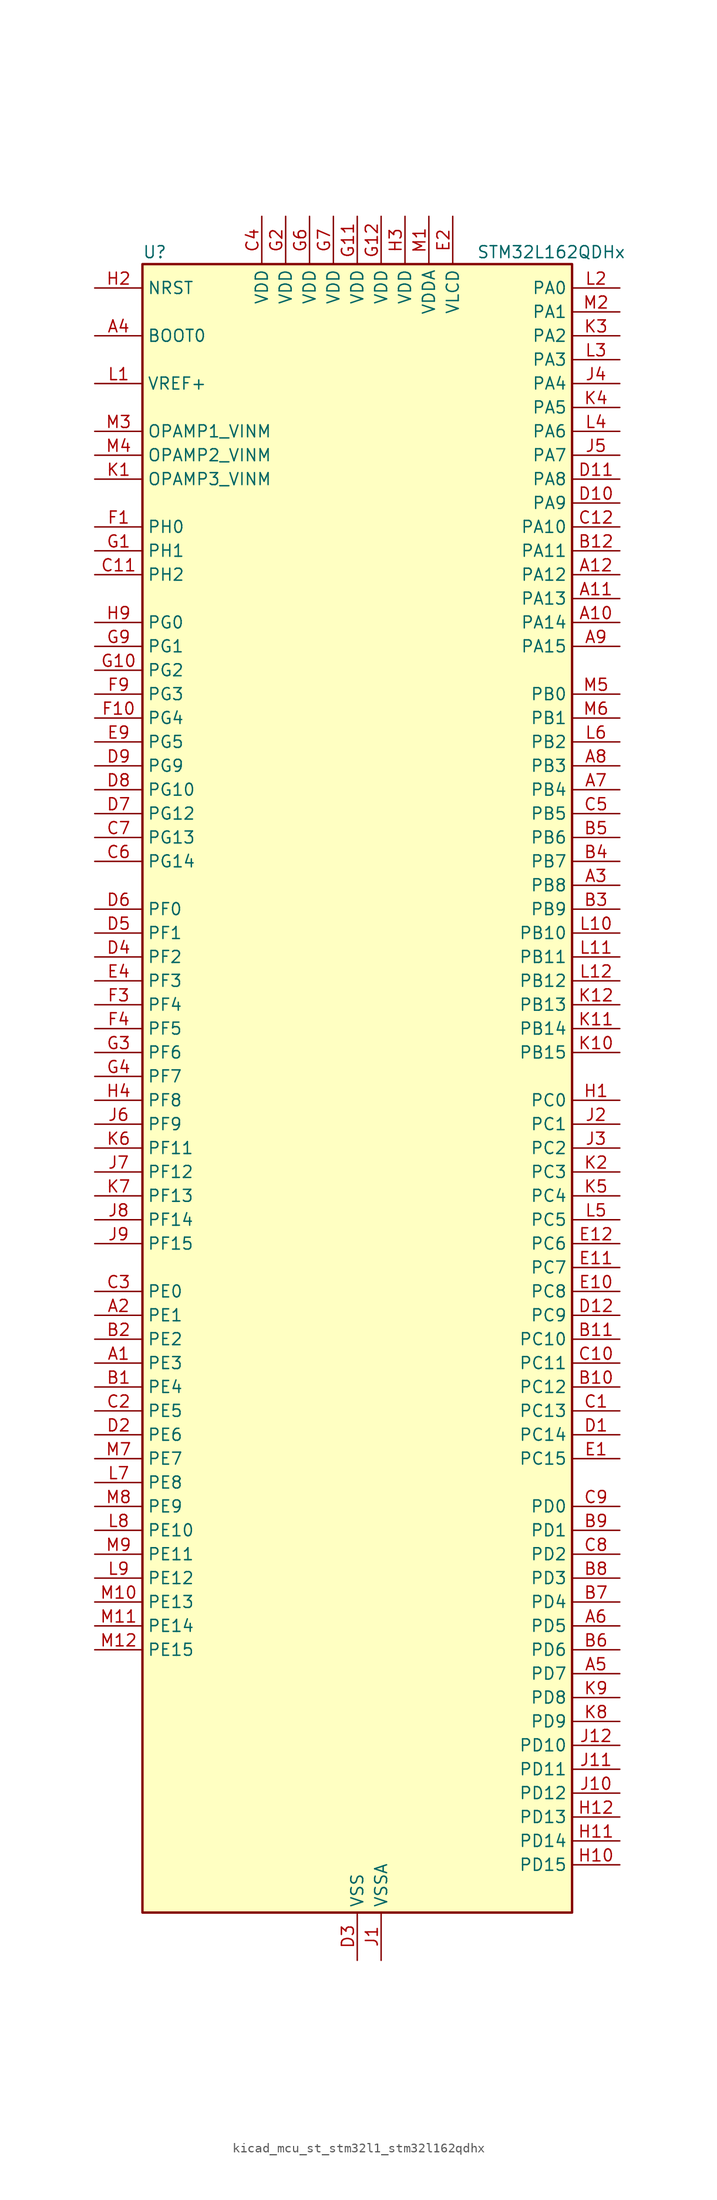
<source format=kicad_sym>
(kicad_symbol_lib
  (version 20220914)
  (generator kicad_symbol_editor)
  (symbol "kicad_mcu_st_stm32l1_stm32l162qdhx"
    (property "Reference" "U"
      (at -22.86 90.17 0)
      (effects (font (size 1.27 1.27)) (justify left)))
    (property "Value" "STM32L162QDHx"
      (at 12.7 90.17 0)
      (effects (font (size 1.27 1.27)) (justify left)))
    (property "ki_locked" ""
      (at 0 0 0)
      (effects (font (size 1.27 1.27))))
    (symbol "kicad_mcu_st_stm32l1_stm32l162qdhx_0_1"
      (rectangle (start -22.86 -86.36) (end 22.86 88.9) (stroke (width 0.254) (type default)) (fill (type background))))
    (symbol "kicad_mcu_st_stm32l1_stm32l162qdhx_1_1"
      (pin bidirectional line (at -27.94 -27.94 0) (length 5.08) (name "PE3" (effects (font (size 1.27 1.27)))) (number "A1" (effects (font (size 1.27 1.27)))) (alternate "FSMC_A19" bidirectional line) (alternate "LCD_SEG39" bidirectional line) (alternate "SYS_TRACED0" bidirectional line) (alternate "TIM3_CH1" bidirectional line) (alternate "TIMX_IC4" bidirectional line))
      (pin bidirectional line (at 27.94 50.8 180) (length 5.08) (name "PA14" (effects (font (size 1.27 1.27)))) (number "A10" (effects (font (size 1.27 1.27)))) (alternate "SYS_JTCK-SWCLK" bidirectional line) (alternate "TIMX_IC3" bidirectional line) (alternate "TS_G5_IO2" bidirectional line))
      (pin bidirectional line (at 27.94 53.34 180) (length 5.08) (name "PA13" (effects (font (size 1.27 1.27)))) (number "A11" (effects (font (size 1.27 1.27)))) (alternate "SYS_JTMS-SWDIO" bidirectional line) (alternate "TIMX_IC2" bidirectional line) (alternate "TS_G5_IO1" bidirectional line))
      (pin bidirectional line (at 27.94 55.88 180) (length 5.08) (name "PA12" (effects (font (size 1.27 1.27)))) (number "A12" (effects (font (size 1.27 1.27)))) (alternate "SPI1_MOSI" bidirectional line) (alternate "TIMX_IC1" bidirectional line) (alternate "USART1_RTS" bidirectional line) (alternate "USB_DP" bidirectional line))
      (pin bidirectional line (at -27.94 -22.86 0) (length 5.08) (name "PE1" (effects (font (size 1.27 1.27)))) (number "A2" (effects (font (size 1.27 1.27)))) (alternate "FSMC_NBL1" bidirectional line) (alternate "LCD_SEG37" bidirectional line) (alternate "TIM11_CH1" bidirectional line) (alternate "TIMX_IC2" bidirectional line))
      (pin bidirectional line (at 27.94 22.86 180) (length 5.08) (name "PB8" (effects (font (size 1.27 1.27)))) (number "A3" (effects (font (size 1.27 1.27)))) (alternate "I2C1_SCL" bidirectional line) (alternate "LCD_SEG16" bidirectional line) (alternate "SDIO_D4" bidirectional line) (alternate "TIM10_CH1" bidirectional line) (alternate "TIM4_CH3" bidirectional line))
      (pin input line (at -27.94 81.28 0) (length 5.08) (name "BOOT0" (effects (font (size 1.27 1.27)))) (number "A4" (effects (font (size 1.27 1.27)))))
      (pin bidirectional line (at 27.94 -60.96 180) (length 5.08) (name "PD7" (effects (font (size 1.27 1.27)))) (number "A5" (effects (font (size 1.27 1.27)))) (alternate "FSMC_NE1" bidirectional line) (alternate "TIM9_CH2" bidirectional line) (alternate "TIMX_IC4" bidirectional line) (alternate "USART2_CK" bidirectional line))
      (pin bidirectional line (at 27.94 -55.88 180) (length 5.08) (name "PD5" (effects (font (size 1.27 1.27)))) (number "A6" (effects (font (size 1.27 1.27)))) (alternate "FSMC_NWE" bidirectional line) (alternate "TIMX_IC2" bidirectional line) (alternate "USART2_TX" bidirectional line))
      (pin bidirectional line (at 27.94 33.02 180) (length 5.08) (name "PB4" (effects (font (size 1.27 1.27)))) (number "A7" (effects (font (size 1.27 1.27)))) (alternate "COMP2_INP" bidirectional line) (alternate "LCD_SEG8" bidirectional line) (alternate "SPI1_MISO" bidirectional line) (alternate "SPI3_MISO" bidirectional line) (alternate "SYS_JTRST" bidirectional line) (alternate "TIM3_CH1" bidirectional line) (alternate "TS_G6_IO1" bidirectional line))
      (pin bidirectional line (at 27.94 35.56 180) (length 5.08) (name "PB3" (effects (font (size 1.27 1.27)))) (number "A8" (effects (font (size 1.27 1.27)))) (alternate "COMP2_INM" bidirectional line) (alternate "I2S3_CK" bidirectional line) (alternate "LCD_SEG7" bidirectional line) (alternate "SPI1_SCK" bidirectional line) (alternate "SPI3_SCK" bidirectional line) (alternate "SYS_JTDO-TRACESWO" bidirectional line) (alternate "TIM2_CH2" bidirectional line))
      (pin bidirectional line (at 27.94 48.26 180) (length 5.08) (name "PA15" (effects (font (size 1.27 1.27)))) (number "A9" (effects (font (size 1.27 1.27)))) (alternate "ADC_EXTI15" bidirectional line) (alternate "I2S3_WS" bidirectional line) (alternate "LCD_SEG17" bidirectional line) (alternate "SPI1_NSS" bidirectional line) (alternate "SPI3_NSS" bidirectional line) (alternate "SYS_JTDI" bidirectional line) (alternate "TIM2_CH1" bidirectional line) (alternate "TIM2_ETR" bidirectional line) (alternate "TIMX_IC4" bidirectional line) (alternate "TS_G5_IO3" bidirectional line))
      (pin bidirectional line (at -27.94 -30.48 0) (length 5.08) (name "PE4" (effects (font (size 1.27 1.27)))) (number "B1" (effects (font (size 1.27 1.27)))) (alternate "FSMC_A20" bidirectional line) (alternate "SYS_TRACED1" bidirectional line) (alternate "TIM3_CH2" bidirectional line) (alternate "TIMX_IC1" bidirectional line))
      (pin bidirectional line (at 27.94 -30.48 180) (length 5.08) (name "PC12" (effects (font (size 1.27 1.27)))) (number "B10" (effects (font (size 1.27 1.27)))) (alternate "I2S3_SD" bidirectional line) (alternate "LCD_COM6" bidirectional line) (alternate "LCD_SEG30" bidirectional line) (alternate "LCD_SEG42" bidirectional line) (alternate "SDIO_CK" bidirectional line) (alternate "SPI3_MOSI" bidirectional line) (alternate "TIMX_IC1" bidirectional line) (alternate "UART5_TX" bidirectional line) (alternate "USART3_CK" bidirectional line))
      (pin bidirectional line (at 27.94 -25.4 180) (length 5.08) (name "PC10" (effects (font (size 1.27 1.27)))) (number "B11" (effects (font (size 1.27 1.27)))) (alternate "I2S3_CK" bidirectional line) (alternate "LCD_COM4" bidirectional line) (alternate "LCD_SEG28" bidirectional line) (alternate "LCD_SEG40" bidirectional line) (alternate "SDIO_D2" bidirectional line) (alternate "SPI3_SCK" bidirectional line) (alternate "TIMX_IC3" bidirectional line) (alternate "UART4_TX" bidirectional line) (alternate "USART3_TX" bidirectional line))
      (pin bidirectional line (at 27.94 58.42 180) (length 5.08) (name "PA11" (effects (font (size 1.27 1.27)))) (number "B12" (effects (font (size 1.27 1.27)))) (alternate "ADC_EXTI11" bidirectional line) (alternate "SPI1_MISO" bidirectional line) (alternate "TIMX_IC4" bidirectional line) (alternate "USART1_CTS" bidirectional line) (alternate "USB_DM" bidirectional line))
      (pin bidirectional line (at -27.94 -25.4 0) (length 5.08) (name "PE2" (effects (font (size 1.27 1.27)))) (number "B2" (effects (font (size 1.27 1.27)))) (alternate "FSMC_A23" bidirectional line) (alternate "LCD_SEG38" bidirectional line) (alternate "SYS_TRACECK" bidirectional line) (alternate "TIM3_ETR" bidirectional line) (alternate "TIMX_IC3" bidirectional line))
      (pin bidirectional line (at 27.94 20.32 180) (length 5.08) (name "PB9" (effects (font (size 1.27 1.27)))) (number "B3" (effects (font (size 1.27 1.27)))) (alternate "DAC_EXTI9" bidirectional line) (alternate "I2C1_SDA" bidirectional line) (alternate "LCD_COM3" bidirectional line) (alternate "SDIO_D5" bidirectional line) (alternate "TIM11_CH1" bidirectional line) (alternate "TIM4_CH4" bidirectional line))
      (pin bidirectional line (at 27.94 25.4 180) (length 5.08) (name "PB7" (effects (font (size 1.27 1.27)))) (number "B4" (effects (font (size 1.27 1.27)))) (alternate "COMP2_INP" bidirectional line) (alternate "FSMC_NL" bidirectional line) (alternate "I2C1_SDA" bidirectional line) (alternate "SYS_PVD_IN" bidirectional line) (alternate "TIM4_CH2" bidirectional line) (alternate "TS_G6_IO4" bidirectional line) (alternate "USART1_RX" bidirectional line))
      (pin bidirectional line (at 27.94 27.94 180) (length 5.08) (name "PB6" (effects (font (size 1.27 1.27)))) (number "B5" (effects (font (size 1.27 1.27)))) (alternate "COMP2_INP" bidirectional line) (alternate "I2C1_SCL" bidirectional line) (alternate "TIM4_CH1" bidirectional line) (alternate "TS_G6_IO3" bidirectional line) (alternate "USART1_TX" bidirectional line))
      (pin bidirectional line (at 27.94 -58.42 180) (length 5.08) (name "PD6" (effects (font (size 1.27 1.27)))) (number "B6" (effects (font (size 1.27 1.27)))) (alternate "FSMC_NWAIT" bidirectional line) (alternate "TIMX_IC3" bidirectional line) (alternate "USART2_RX" bidirectional line))
      (pin bidirectional line (at 27.94 -53.34 180) (length 5.08) (name "PD4" (effects (font (size 1.27 1.27)))) (number "B7" (effects (font (size 1.27 1.27)))) (alternate "FSMC_NOE" bidirectional line) (alternate "I2S2_SD" bidirectional line) (alternate "SPI2_MOSI" bidirectional line) (alternate "TIMX_IC1" bidirectional line) (alternate "USART2_RTS" bidirectional line))
      (pin bidirectional line (at 27.94 -50.8 180) (length 5.08) (name "PD3" (effects (font (size 1.27 1.27)))) (number "B8" (effects (font (size 1.27 1.27)))) (alternate "FSMC_CLK" bidirectional line) (alternate "SPI2_MISO" bidirectional line) (alternate "TIMX_IC4" bidirectional line) (alternate "USART2_CTS" bidirectional line))
      (pin bidirectional line (at 27.94 -45.72 180) (length 5.08) (name "PD1" (effects (font (size 1.27 1.27)))) (number "B9" (effects (font (size 1.27 1.27)))) (alternate "FSMC_D3" bidirectional line) (alternate "FSMC_DA3" bidirectional line) (alternate "I2S2_CK" bidirectional line) (alternate "SPI2_SCK" bidirectional line) (alternate "TIMX_IC2" bidirectional line))
      (pin bidirectional line (at 27.94 -33.02 180) (length 5.08) (name "PC13" (effects (font (size 1.27 1.27)))) (number "C1" (effects (font (size 1.27 1.27)))) (alternate "RTC_OUT_ALARM" bidirectional line) (alternate "RTC_OUT_CALIB" bidirectional line) (alternate "RTC_TAMP1" bidirectional line) (alternate "RTC_TS" bidirectional line) (alternate "SYS_WKUP2" bidirectional line) (alternate "TIMX_IC2" bidirectional line))
      (pin bidirectional line (at 27.94 -27.94 180) (length 5.08) (name "PC11" (effects (font (size 1.27 1.27)))) (number "C10" (effects (font (size 1.27 1.27)))) (alternate "ADC_EXTI11" bidirectional line) (alternate "LCD_COM5" bidirectional line) (alternate "LCD_SEG29" bidirectional line) (alternate "LCD_SEG41" bidirectional line) (alternate "SDIO_D3" bidirectional line) (alternate "SPI3_MISO" bidirectional line) (alternate "TIMX_IC4" bidirectional line) (alternate "UART4_RX" bidirectional line) (alternate "USART3_RX" bidirectional line))
      (pin bidirectional line (at -27.94 55.88 0) (length 5.08) (name "PH2" (effects (font (size 1.27 1.27)))) (number "C11" (effects (font (size 1.27 1.27)))) (alternate "FSMC_A22" bidirectional line))
      (pin bidirectional line (at 27.94 60.96 180) (length 5.08) (name "PA10" (effects (font (size 1.27 1.27)))) (number "C12" (effects (font (size 1.27 1.27)))) (alternate "LCD_COM2" bidirectional line) (alternate "TIMX_IC3" bidirectional line) (alternate "TS_G4_IO3" bidirectional line) (alternate "USART1_RX" bidirectional line))
      (pin bidirectional line (at -27.94 -33.02 0) (length 5.08) (name "PE5" (effects (font (size 1.27 1.27)))) (number "C2" (effects (font (size 1.27 1.27)))) (alternate "FSMC_A21" bidirectional line) (alternate "SYS_TRACED2" bidirectional line) (alternate "TIM9_CH1" bidirectional line) (alternate "TIMX_IC2" bidirectional line))
      (pin bidirectional line (at -27.94 -20.32 0) (length 5.08) (name "PE0" (effects (font (size 1.27 1.27)))) (number "C3" (effects (font (size 1.27 1.27)))) (alternate "FSMC_NBL0" bidirectional line) (alternate "LCD_SEG36" bidirectional line) (alternate "TIM10_CH1" bidirectional line) (alternate "TIM4_ETR" bidirectional line) (alternate "TIMX_IC1" bidirectional line))
      (pin power_in line (at -10.16 93.98 270) (length 5.08) (name "VDD" (effects (font (size 1.27 1.27)))) (number "C4" (effects (font (size 1.27 1.27)))))
      (pin bidirectional line (at 27.94 30.48 180) (length 5.08) (name "PB5" (effects (font (size 1.27 1.27)))) (number "C5" (effects (font (size 1.27 1.27)))) (alternate "COMP2_INP" bidirectional line) (alternate "I2C1_SMBA" bidirectional line) (alternate "I2S3_SD" bidirectional line) (alternate "LCD_SEG9" bidirectional line) (alternate "SPI1_MOSI" bidirectional line) (alternate "SPI3_MOSI" bidirectional line) (alternate "TIM3_CH2" bidirectional line) (alternate "TS_G6_IO2" bidirectional line))
      (pin bidirectional line (at -27.94 25.4 0) (length 5.08) (name "PG14" (effects (font (size 1.27 1.27)))) (number "C6" (effects (font (size 1.27 1.27)))) (alternate "FSMC_A25" bidirectional line))
      (pin bidirectional line (at -27.94 27.94 0) (length 5.08) (name "PG13" (effects (font (size 1.27 1.27)))) (number "C7" (effects (font (size 1.27 1.27)))) (alternate "FSMC_A24" bidirectional line))
      (pin bidirectional line (at 27.94 -48.26 180) (length 5.08) (name "PD2" (effects (font (size 1.27 1.27)))) (number "C8" (effects (font (size 1.27 1.27)))) (alternate "LCD_COM7" bidirectional line) (alternate "LCD_SEG31" bidirectional line) (alternate "LCD_SEG43" bidirectional line) (alternate "SDIO_CMD" bidirectional line) (alternate "TIM3_ETR" bidirectional line) (alternate "TIMX_IC3" bidirectional line) (alternate "UART5_RX" bidirectional line))
      (pin bidirectional line (at 27.94 -43.18 180) (length 5.08) (name "PD0" (effects (font (size 1.27 1.27)))) (number "C9" (effects (font (size 1.27 1.27)))) (alternate "FSMC_D2" bidirectional line) (alternate "FSMC_DA2" bidirectional line) (alternate "I2S2_WS" bidirectional line) (alternate "SPI2_NSS" bidirectional line) (alternate "TIM9_CH1" bidirectional line) (alternate "TIMX_IC1" bidirectional line))
      (pin bidirectional line (at 27.94 -35.56 180) (length 5.08) (name "PC14" (effects (font (size 1.27 1.27)))) (number "D1" (effects (font (size 1.27 1.27)))) (alternate "RCC_OSC32_IN" bidirectional line) (alternate "TIMX_IC3" bidirectional line))
      (pin bidirectional line (at 27.94 63.5 180) (length 5.08) (name "PA9" (effects (font (size 1.27 1.27)))) (number "D10" (effects (font (size 1.27 1.27)))) (alternate "DAC_EXTI9" bidirectional line) (alternate "LCD_COM1" bidirectional line) (alternate "TIMX_IC2" bidirectional line) (alternate "TS_G4_IO2" bidirectional line) (alternate "USART1_TX" bidirectional line))
      (pin bidirectional line (at 27.94 66.04 180) (length 5.08) (name "PA8" (effects (font (size 1.27 1.27)))) (number "D11" (effects (font (size 1.27 1.27)))) (alternate "LCD_COM0" bidirectional line) (alternate "RCC_MCO" bidirectional line) (alternate "TIMX_IC1" bidirectional line) (alternate "TS_G4_IO1" bidirectional line) (alternate "USART1_CK" bidirectional line))
      (pin bidirectional line (at 27.94 -22.86 180) (length 5.08) (name "PC9" (effects (font (size 1.27 1.27)))) (number "D12" (effects (font (size 1.27 1.27)))) (alternate "DAC_EXTI9" bidirectional line) (alternate "LCD_SEG27" bidirectional line) (alternate "SDIO_D1" bidirectional line) (alternate "TIM3_CH4" bidirectional line) (alternate "TIMX_IC2" bidirectional line) (alternate "TS_G10_IO4" bidirectional line))
      (pin bidirectional line (at -27.94 -35.56 0) (length 5.08) (name "PE6" (effects (font (size 1.27 1.27)))) (number "D2" (effects (font (size 1.27 1.27)))) (alternate "RTC_TAMP3" bidirectional line) (alternate "SYS_TRACED3" bidirectional line) (alternate "SYS_WKUP3" bidirectional line) (alternate "TIM9_CH2" bidirectional line) (alternate "TIMX_IC3" bidirectional line))
      (pin power_in line (at 0 -91.44 90) (length 5.08) (name "VSS" (effects (font (size 1.27 1.27)))) (number "D3" (effects (font (size 1.27 1.27)))))
      (pin bidirectional line (at -27.94 15.24 0) (length 5.08) (name "PF2" (effects (font (size 1.27 1.27)))) (number "D4" (effects (font (size 1.27 1.27)))) (alternate "FSMC_A2" bidirectional line))
      (pin bidirectional line (at -27.94 17.78 0) (length 5.08) (name "PF1" (effects (font (size 1.27 1.27)))) (number "D5" (effects (font (size 1.27 1.27)))) (alternate "FSMC_A1" bidirectional line))
      (pin bidirectional line (at -27.94 20.32 0) (length 5.08) (name "PF0" (effects (font (size 1.27 1.27)))) (number "D6" (effects (font (size 1.27 1.27)))) (alternate "FSMC_A0" bidirectional line))
      (pin bidirectional line (at -27.94 30.48 0) (length 5.08) (name "PG12" (effects (font (size 1.27 1.27)))) (number "D7" (effects (font (size 1.27 1.27)))) (alternate "FSMC_NE4" bidirectional line))
      (pin bidirectional line (at -27.94 33.02 0) (length 5.08) (name "PG10" (effects (font (size 1.27 1.27)))) (number "D8" (effects (font (size 1.27 1.27)))) (alternate "FSMC_NE3" bidirectional line))
      (pin bidirectional line (at -27.94 35.56 0) (length 5.08) (name "PG9" (effects (font (size 1.27 1.27)))) (number "D9" (effects (font (size 1.27 1.27)))) (alternate "DAC_EXTI9" bidirectional line) (alternate "FSMC_NE2" bidirectional line))
      (pin bidirectional line (at 27.94 -38.1 180) (length 5.08) (name "PC15" (effects (font (size 1.27 1.27)))) (number "E1" (effects (font (size 1.27 1.27)))) (alternate "ADC_EXTI15" bidirectional line) (alternate "RCC_OSC32_OUT" bidirectional line) (alternate "TIMX_IC4" bidirectional line))
      (pin bidirectional line (at 27.94 -20.32 180) (length 5.08) (name "PC8" (effects (font (size 1.27 1.27)))) (number "E10" (effects (font (size 1.27 1.27)))) (alternate "LCD_SEG26" bidirectional line) (alternate "SDIO_D0" bidirectional line) (alternate "TIM3_CH3" bidirectional line) (alternate "TIMX_IC1" bidirectional line) (alternate "TS_G10_IO3" bidirectional line))
      (pin bidirectional line (at 27.94 -17.78 180) (length 5.08) (name "PC7" (effects (font (size 1.27 1.27)))) (number "E11" (effects (font (size 1.27 1.27)))) (alternate "I2S3_MCK" bidirectional line) (alternate "LCD_SEG25" bidirectional line) (alternate "SDIO_D7" bidirectional line) (alternate "TIM3_CH2" bidirectional line) (alternate "TIMX_IC4" bidirectional line) (alternate "TS_G10_IO2" bidirectional line))
      (pin bidirectional line (at 27.94 -15.24 180) (length 5.08) (name "PC6" (effects (font (size 1.27 1.27)))) (number "E12" (effects (font (size 1.27 1.27)))) (alternate "I2S2_MCK" bidirectional line) (alternate "LCD_SEG24" bidirectional line) (alternate "SDIO_D6" bidirectional line) (alternate "TIM3_CH1" bidirectional line) (alternate "TIMX_IC3" bidirectional line) (alternate "TS_G10_IO1" bidirectional line))
      (pin power_in line (at 10.16 93.98 270) (length 5.08) (name "VLCD" (effects (font (size 1.27 1.27)))) (number "E2" (effects (font (size 1.27 1.27)))))
      (pin passive line (at 0 -91.44 90) (length 5.08) hide (name "VSS" (effects (font (size 1.27 1.27)))) (number "E3" (effects (font (size 1.27 1.27)))))
      (pin bidirectional line (at -27.94 12.7 0) (length 5.08) (name "PF3" (effects (font (size 1.27 1.27)))) (number "E4" (effects (font (size 1.27 1.27)))) (alternate "FSMC_A3" bidirectional line))
      (pin bidirectional line (at -27.94 38.1 0) (length 5.08) (name "PG5" (effects (font (size 1.27 1.27)))) (number "E9" (effects (font (size 1.27 1.27)))) (alternate "FSMC_A15" bidirectional line))
      (pin bidirectional line (at -27.94 60.96 0) (length 5.08) (name "PH0" (effects (font (size 1.27 1.27)))) (number "F1" (effects (font (size 1.27 1.27)))) (alternate "RCC_OSC_IN" bidirectional line))
      (pin bidirectional line (at -27.94 40.64 0) (length 5.08) (name "PG4" (effects (font (size 1.27 1.27)))) (number "F10" (effects (font (size 1.27 1.27)))) (alternate "ADC_IN12b" bidirectional line) (alternate "FSMC_A14" bidirectional line) (alternate "TS_G7_IO7" bidirectional line))
      (pin passive line (at 0 -91.44 90) (length 5.08) hide (name "VSS" (effects (font (size 1.27 1.27)))) (number "F11" (effects (font (size 1.27 1.27)))))
      (pin passive line (at 0 -91.44 90) (length 5.08) hide (name "VSS" (effects (font (size 1.27 1.27)))) (number "F12" (effects (font (size 1.27 1.27)))))
      (pin passive line (at 0 -91.44 90) (length 5.08) hide (name "VSS" (effects (font (size 1.27 1.27)))) (number "F2" (effects (font (size 1.27 1.27)))))
      (pin bidirectional line (at -27.94 10.16 0) (length 5.08) (name "PF4" (effects (font (size 1.27 1.27)))) (number "F3" (effects (font (size 1.27 1.27)))) (alternate "FSMC_A4" bidirectional line))
      (pin bidirectional line (at -27.94 7.62 0) (length 5.08) (name "PF5" (effects (font (size 1.27 1.27)))) (number "F4" (effects (font (size 1.27 1.27)))) (alternate "FSMC_A5" bidirectional line))
      (pin passive line (at 0 -91.44 90) (length 5.08) hide (name "VSS" (effects (font (size 1.27 1.27)))) (number "F6" (effects (font (size 1.27 1.27)))))
      (pin passive line (at 0 -91.44 90) (length 5.08) hide (name "VSS" (effects (font (size 1.27 1.27)))) (number "F7" (effects (font (size 1.27 1.27)))))
      (pin bidirectional line (at -27.94 43.18 0) (length 5.08) (name "PG3" (effects (font (size 1.27 1.27)))) (number "F9" (effects (font (size 1.27 1.27)))) (alternate "ADC_IN11b" bidirectional line) (alternate "FSMC_A13" bidirectional line) (alternate "TS_G7_IO6" bidirectional line))
      (pin bidirectional line (at -27.94 58.42 0) (length 5.08) (name "PH1" (effects (font (size 1.27 1.27)))) (number "G1" (effects (font (size 1.27 1.27)))) (alternate "RCC_OSC_OUT" bidirectional line))
      (pin bidirectional line (at -27.94 45.72 0) (length 5.08) (name "PG2" (effects (font (size 1.27 1.27)))) (number "G10" (effects (font (size 1.27 1.27)))) (alternate "ADC_IN10b" bidirectional line) (alternate "FSMC_A12" bidirectional line) (alternate "TS_G7_IO5" bidirectional line))
      (pin power_in line (at 0 93.98 270) (length 5.08) (name "VDD" (effects (font (size 1.27 1.27)))) (number "G11" (effects (font (size 1.27 1.27)))))
      (pin power_in line (at 2.54 93.98 270) (length 5.08) (name "VDD" (effects (font (size 1.27 1.27)))) (number "G12" (effects (font (size 1.27 1.27)))))
      (pin power_in line (at -7.62 93.98 270) (length 5.08) (name "VDD" (effects (font (size 1.27 1.27)))) (number "G2" (effects (font (size 1.27 1.27)))))
      (pin bidirectional line (at -27.94 5.08 0) (length 5.08) (name "PF6" (effects (font (size 1.27 1.27)))) (number "G3" (effects (font (size 1.27 1.27)))) (alternate "ADC_IN27" bidirectional line) (alternate "TIM5_CH1" bidirectional line) (alternate "TIM5_ETR" bidirectional line) (alternate "TS_G11_IO1" bidirectional line))
      (pin bidirectional line (at -27.94 2.54 0) (length 5.08) (name "PF7" (effects (font (size 1.27 1.27)))) (number "G4" (effects (font (size 1.27 1.27)))) (alternate "ADC_IN28" bidirectional line) (alternate "COMP1_INP" bidirectional line) (alternate "TIM5_CH2" bidirectional line) (alternate "TS_G11_IO2" bidirectional line))
      (pin power_in line (at -5.08 93.98 270) (length 5.08) (name "VDD" (effects (font (size 1.27 1.27)))) (number "G6" (effects (font (size 1.27 1.27)))))
      (pin power_in line (at -2.54 93.98 270) (length 5.08) (name "VDD" (effects (font (size 1.27 1.27)))) (number "G7" (effects (font (size 1.27 1.27)))))
      (pin bidirectional line (at -27.94 48.26 0) (length 5.08) (name "PG1" (effects (font (size 1.27 1.27)))) (number "G9" (effects (font (size 1.27 1.27)))) (alternate "ADC_IN9b" bidirectional line) (alternate "FSMC_A11" bidirectional line) (alternate "TS_G2_IO5" bidirectional line))
      (pin bidirectional line (at 27.94 0 180) (length 5.08) (name "PC0" (effects (font (size 1.27 1.27)))) (number "H1" (effects (font (size 1.27 1.27)))) (alternate "ADC_IN10" bidirectional line) (alternate "COMP1_INP" bidirectional line) (alternate "LCD_SEG18" bidirectional line) (alternate "TIMX_IC1" bidirectional line) (alternate "TS_G8_IO1" bidirectional line))
      (pin bidirectional line (at 27.94 -81.28 180) (length 5.08) (name "PD15" (effects (font (size 1.27 1.27)))) (number "H10" (effects (font (size 1.27 1.27)))) (alternate "ADC_EXTI15" bidirectional line) (alternate "FSMC_D1" bidirectional line) (alternate "FSMC_DA1" bidirectional line) (alternate "LCD_SEG35" bidirectional line) (alternate "TIM4_CH4" bidirectional line) (alternate "TIMX_IC4" bidirectional line))
      (pin bidirectional line (at 27.94 -78.74 180) (length 5.08) (name "PD14" (effects (font (size 1.27 1.27)))) (number "H11" (effects (font (size 1.27 1.27)))) (alternate "FSMC_D0" bidirectional line) (alternate "FSMC_DA0" bidirectional line) (alternate "LCD_SEG34" bidirectional line) (alternate "TIM4_CH3" bidirectional line) (alternate "TIMX_IC3" bidirectional line))
      (pin bidirectional line (at 27.94 -76.2 180) (length 5.08) (name "PD13" (effects (font (size 1.27 1.27)))) (number "H12" (effects (font (size 1.27 1.27)))) (alternate "FSMC_A18" bidirectional line) (alternate "LCD_SEG33" bidirectional line) (alternate "TIM4_CH2" bidirectional line) (alternate "TIMX_IC2" bidirectional line))
      (pin input line (at -27.94 86.36 0) (length 5.08) (name "NRST" (effects (font (size 1.27 1.27)))) (number "H2" (effects (font (size 1.27 1.27)))))
      (pin power_in line (at 5.08 93.98 270) (length 5.08) (name "VDD" (effects (font (size 1.27 1.27)))) (number "H3" (effects (font (size 1.27 1.27)))))
      (pin bidirectional line (at -27.94 0 0) (length 5.08) (name "PF8" (effects (font (size 1.27 1.27)))) (number "H4" (effects (font (size 1.27 1.27)))) (alternate "ADC_IN29" bidirectional line) (alternate "COMP1_INP" bidirectional line) (alternate "TIM5_CH3" bidirectional line) (alternate "TS_G11_IO3" bidirectional line))
      (pin bidirectional line (at -27.94 50.8 0) (length 5.08) (name "PG0" (effects (font (size 1.27 1.27)))) (number "H9" (effects (font (size 1.27 1.27)))) (alternate "ADC_IN8b" bidirectional line) (alternate "FSMC_A10" bidirectional line) (alternate "TS_G2_IO4" bidirectional line))
      (pin power_in line (at 2.54 -91.44 90) (length 5.08) (name "VSSA" (effects (font (size 1.27 1.27)))) (number "J1" (effects (font (size 1.27 1.27)))))
      (pin bidirectional line (at 27.94 -73.66 180) (length 5.08) (name "PD12" (effects (font (size 1.27 1.27)))) (number "J10" (effects (font (size 1.27 1.27)))) (alternate "FSMC_A17" bidirectional line) (alternate "LCD_SEG32" bidirectional line) (alternate "TIM4_CH1" bidirectional line) (alternate "TIMX_IC1" bidirectional line) (alternate "USART3_RTS" bidirectional line))
      (pin bidirectional line (at 27.94 -71.12 180) (length 5.08) (name "PD11" (effects (font (size 1.27 1.27)))) (number "J11" (effects (font (size 1.27 1.27)))) (alternate "ADC_EXTI11" bidirectional line) (alternate "FSMC_A16" bidirectional line) (alternate "LCD_SEG31" bidirectional line) (alternate "TIMX_IC4" bidirectional line) (alternate "USART3_CTS" bidirectional line))
      (pin bidirectional line (at 27.94 -68.58 180) (length 5.08) (name "PD10" (effects (font (size 1.27 1.27)))) (number "J12" (effects (font (size 1.27 1.27)))) (alternate "FSMC_D15" bidirectional line) (alternate "FSMC_DA15" bidirectional line) (alternate "LCD_SEG30" bidirectional line) (alternate "TIMX_IC3" bidirectional line) (alternate "USART3_CK" bidirectional line))
      (pin bidirectional line (at 27.94 -2.54 180) (length 5.08) (name "PC1" (effects (font (size 1.27 1.27)))) (number "J2" (effects (font (size 1.27 1.27)))) (alternate "ADC_IN11" bidirectional line) (alternate "COMP1_INP" bidirectional line) (alternate "LCD_SEG19" bidirectional line) (alternate "OPAMP3_VINP" bidirectional line) (alternate "TIMX_IC2" bidirectional line) (alternate "TS_G8_IO2" bidirectional line))
      (pin bidirectional line (at 27.94 -5.08 180) (length 5.08) (name "PC2" (effects (font (size 1.27 1.27)))) (number "J3" (effects (font (size 1.27 1.27)))) (alternate "ADC_IN12" bidirectional line) (alternate "COMP1_INP" bidirectional line) (alternate "LCD_SEG20" bidirectional line) (alternate "TIMX_IC3" bidirectional line) (alternate "TS_G8_IO3" bidirectional line))
      (pin bidirectional line (at 27.94 76.2 180) (length 5.08) (name "PA4" (effects (font (size 1.27 1.27)))) (number "J4" (effects (font (size 1.27 1.27)))) (alternate "ADC_IN4" bidirectional line) (alternate "COMP1_INP" bidirectional line) (alternate "DAC_OUT1" bidirectional line) (alternate "I2S3_WS" bidirectional line) (alternate "SPI1_NSS" bidirectional line) (alternate "SPI3_NSS" bidirectional line) (alternate "TIMX_IC1" bidirectional line) (alternate "USART2_CK" bidirectional line))
      (pin bidirectional line (at 27.94 68.58 180) (length 5.08) (name "PA7" (effects (font (size 1.27 1.27)))) (number "J5" (effects (font (size 1.27 1.27)))) (alternate "ADC_IN7" bidirectional line) (alternate "COMP1_INP" bidirectional line) (alternate "LCD_SEG4" bidirectional line) (alternate "SPI1_MOSI" bidirectional line) (alternate "TIM11_CH1" bidirectional line) (alternate "TIM3_CH2" bidirectional line) (alternate "TIMX_IC4" bidirectional line) (alternate "TS_G2_IO2" bidirectional line))
      (pin bidirectional line (at -27.94 -2.54 0) (length 5.08) (name "PF9" (effects (font (size 1.27 1.27)))) (number "J6" (effects (font (size 1.27 1.27)))) (alternate "ADC_IN30" bidirectional line) (alternate "COMP1_INP" bidirectional line) (alternate "DAC_EXTI9" bidirectional line) (alternate "TIM5_CH4" bidirectional line) (alternate "TS_G11_IO4" bidirectional line))
      (pin bidirectional line (at -27.94 -7.62 0) (length 5.08) (name "PF12" (effects (font (size 1.27 1.27)))) (number "J7" (effects (font (size 1.27 1.27)))) (alternate "ADC_IN2b" bidirectional line) (alternate "FSMC_A6" bidirectional line) (alternate "TS_G3_IO5" bidirectional line))
      (pin bidirectional line (at -27.94 -12.7 0) (length 5.08) (name "PF14" (effects (font (size 1.27 1.27)))) (number "J8" (effects (font (size 1.27 1.27)))) (alternate "ADC_IN6b" bidirectional line) (alternate "FSMC_A8" bidirectional line) (alternate "TS_G9_IO4" bidirectional line))
      (pin bidirectional line (at -27.94 -15.24 0) (length 5.08) (name "PF15" (effects (font (size 1.27 1.27)))) (number "J9" (effects (font (size 1.27 1.27)))) (alternate "ADC_EXTI15" bidirectional line) (alternate "ADC_IN7b" bidirectional line) (alternate "FSMC_A9" bidirectional line) (alternate "TS_G2_IO3" bidirectional line))
      (pin input line (at -27.94 66.04 0) (length 5.08) (name "OPAMP3_VINM" (effects (font (size 1.27 1.27)))) (number "K1" (effects (font (size 1.27 1.27)))) (alternate "OPAMP3_VINM" bidirectional line))
      (pin bidirectional line (at 27.94 5.08 180) (length 5.08) (name "PB15" (effects (font (size 1.27 1.27)))) (number "K10" (effects (font (size 1.27 1.27)))) (alternate "ADC_EXTI15" bidirectional line) (alternate "ADC_IN21" bidirectional line) (alternate "COMP1_INP" bidirectional line) (alternate "I2S2_SD" bidirectional line) (alternate "LCD_SEG15" bidirectional line) (alternate "RTC_REFIN" bidirectional line) (alternate "SPI2_MOSI" bidirectional line) (alternate "TIM11_CH1" bidirectional line) (alternate "TS_G7_IO4" bidirectional line))
      (pin bidirectional line (at 27.94 7.62 180) (length 5.08) (name "PB14" (effects (font (size 1.27 1.27)))) (number "K11" (effects (font (size 1.27 1.27)))) (alternate "ADC_IN20" bidirectional line) (alternate "COMP1_INP" bidirectional line) (alternate "LCD_SEG14" bidirectional line) (alternate "SPI2_MISO" bidirectional line) (alternate "TIM9_CH2" bidirectional line) (alternate "TS_G7_IO3" bidirectional line) (alternate "USART3_RTS" bidirectional line))
      (pin bidirectional line (at 27.94 10.16 180) (length 5.08) (name "PB13" (effects (font (size 1.27 1.27)))) (number "K12" (effects (font (size 1.27 1.27)))) (alternate "ADC_IN19" bidirectional line) (alternate "COMP1_INP" bidirectional line) (alternate "I2S2_CK" bidirectional line) (alternate "LCD_SEG13" bidirectional line) (alternate "SPI2_SCK" bidirectional line) (alternate "TIM9_CH1" bidirectional line) (alternate "TS_G7_IO2" bidirectional line) (alternate "USART3_CTS" bidirectional line))
      (pin bidirectional line (at 27.94 -7.62 180) (length 5.08) (name "PC3" (effects (font (size 1.27 1.27)))) (number "K2" (effects (font (size 1.27 1.27)))) (alternate "ADC_IN13" bidirectional line) (alternate "COMP1_INP" bidirectional line) (alternate "LCD_SEG21" bidirectional line) (alternate "OPAMP3_VOUT" bidirectional line) (alternate "TIMX_IC4" bidirectional line) (alternate "TS_G8_IO4" bidirectional line))
      (pin bidirectional line (at 27.94 81.28 180) (length 5.08) (name "PA2" (effects (font (size 1.27 1.27)))) (number "K3" (effects (font (size 1.27 1.27)))) (alternate "ADC_IN2" bidirectional line) (alternate "COMP1_INP" bidirectional line) (alternate "LCD_SEG1" bidirectional line) (alternate "TIM2_CH3" bidirectional line) (alternate "TIM5_CH3" bidirectional line) (alternate "TIM9_CH1" bidirectional line) (alternate "TIMX_IC3" bidirectional line) (alternate "TS_G1_IO3" bidirectional line) (alternate "USART2_TX" bidirectional line))
      (pin bidirectional line (at 27.94 73.66 180) (length 5.08) (name "PA5" (effects (font (size 1.27 1.27)))) (number "K4" (effects (font (size 1.27 1.27)))) (alternate "ADC_IN5" bidirectional line) (alternate "COMP1_INP" bidirectional line) (alternate "DAC_OUT2" bidirectional line) (alternate "SPI1_SCK" bidirectional line) (alternate "TIM2_CH1" bidirectional line) (alternate "TIM2_ETR" bidirectional line) (alternate "TIMX_IC2" bidirectional line))
      (pin bidirectional line (at 27.94 -10.16 180) (length 5.08) (name "PC4" (effects (font (size 1.27 1.27)))) (number "K5" (effects (font (size 1.27 1.27)))) (alternate "ADC_IN14" bidirectional line) (alternate "COMP1_INP" bidirectional line) (alternate "LCD_SEG22" bidirectional line) (alternate "TIMX_IC1" bidirectional line) (alternate "TS_G9_IO1" bidirectional line))
      (pin bidirectional line (at -27.94 -5.08 0) (length 5.08) (name "PF11" (effects (font (size 1.27 1.27)))) (number "K6" (effects (font (size 1.27 1.27)))) (alternate "ADC_EXTI11" bidirectional line) (alternate "ADC_IN1b" bidirectional line) (alternate "TS_G3_IO4" bidirectional line))
      (pin bidirectional line (at -27.94 -10.16 0) (length 5.08) (name "PF13" (effects (font (size 1.27 1.27)))) (number "K7" (effects (font (size 1.27 1.27)))) (alternate "ADC_IN3b" bidirectional line) (alternate "FSMC_A7" bidirectional line) (alternate "TS_G9_IO3" bidirectional line))
      (pin bidirectional line (at 27.94 -66.04 180) (length 5.08) (name "PD9" (effects (font (size 1.27 1.27)))) (number "K8" (effects (font (size 1.27 1.27)))) (alternate "DAC_EXTI9" bidirectional line) (alternate "FSMC_D14" bidirectional line) (alternate "FSMC_DA14" bidirectional line) (alternate "LCD_SEG29" bidirectional line) (alternate "TIMX_IC2" bidirectional line) (alternate "USART3_RX" bidirectional line))
      (pin bidirectional line (at 27.94 -63.5 180) (length 5.08) (name "PD8" (effects (font (size 1.27 1.27)))) (number "K9" (effects (font (size 1.27 1.27)))) (alternate "FSMC_D13" bidirectional line) (alternate "FSMC_DA13" bidirectional line) (alternate "LCD_SEG28" bidirectional line) (alternate "TIMX_IC1" bidirectional line) (alternate "USART3_TX" bidirectional line))
      (pin input line (at -27.94 76.2 0) (length 5.08) (name "VREF+" (effects (font (size 1.27 1.27)))) (number "L1" (effects (font (size 1.27 1.27)))))
      (pin bidirectional line (at 27.94 17.78 180) (length 5.08) (name "PB10" (effects (font (size 1.27 1.27)))) (number "L10" (effects (font (size 1.27 1.27)))) (alternate "I2C2_SCL" bidirectional line) (alternate "LCD_SEG10" bidirectional line) (alternate "TIM2_CH3" bidirectional line) (alternate "USART3_TX" bidirectional line))
      (pin bidirectional line (at 27.94 15.24 180) (length 5.08) (name "PB11" (effects (font (size 1.27 1.27)))) (number "L11" (effects (font (size 1.27 1.27)))) (alternate "ADC_EXTI11" bidirectional line) (alternate "I2C2_SDA" bidirectional line) (alternate "LCD_SEG11" bidirectional line) (alternate "TIM2_CH4" bidirectional line) (alternate "USART3_RX" bidirectional line))
      (pin bidirectional line (at 27.94 12.7 180) (length 5.08) (name "PB12" (effects (font (size 1.27 1.27)))) (number "L12" (effects (font (size 1.27 1.27)))) (alternate "ADC_IN18" bidirectional line) (alternate "COMP1_INP" bidirectional line) (alternate "I2C2_SMBA" bidirectional line) (alternate "I2S2_WS" bidirectional line) (alternate "LCD_SEG12" bidirectional line) (alternate "SPI2_NSS" bidirectional line) (alternate "TIM10_CH1" bidirectional line) (alternate "TS_G7_IO1" bidirectional line) (alternate "USART3_CK" bidirectional line))
      (pin bidirectional line (at 27.94 86.36 180) (length 5.08) (name "PA0" (effects (font (size 1.27 1.27)))) (number "L2" (effects (font (size 1.27 1.27)))) (alternate "ADC_IN0" bidirectional line) (alternate "COMP1_INP" bidirectional line) (alternate "RTC_TAMP2" bidirectional line) (alternate "SYS_WKUP1" bidirectional line) (alternate "TIM2_CH1" bidirectional line) (alternate "TIM2_ETR" bidirectional line) (alternate "TIM5_CH1" bidirectional line) (alternate "TIMX_IC1" bidirectional line) (alternate "TS_G1_IO1" bidirectional line) (alternate "USART2_CTS" bidirectional line))
      (pin bidirectional line (at 27.94 78.74 180) (length 5.08) (name "PA3" (effects (font (size 1.27 1.27)))) (number "L3" (effects (font (size 1.27 1.27)))) (alternate "ADC_IN3" bidirectional line) (alternate "COMP1_INP" bidirectional line) (alternate "LCD_SEG2" bidirectional line) (alternate "OPAMP1_VOUT" bidirectional line) (alternate "TIM2_CH4" bidirectional line) (alternate "TIM5_CH4" bidirectional line) (alternate "TIM9_CH2" bidirectional line) (alternate "TIMX_IC4" bidirectional line) (alternate "TS_G1_IO4" bidirectional line) (alternate "USART2_RX" bidirectional line))
      (pin bidirectional line (at 27.94 71.12 180) (length 5.08) (name "PA6" (effects (font (size 1.27 1.27)))) (number "L4" (effects (font (size 1.27 1.27)))) (alternate "ADC_IN6" bidirectional line) (alternate "COMP1_INP" bidirectional line) (alternate "LCD_SEG3" bidirectional line) (alternate "OPAMP2_VINP" bidirectional line) (alternate "SPI1_MISO" bidirectional line) (alternate "TIM10_CH1" bidirectional line) (alternate "TIM3_CH1" bidirectional line) (alternate "TIMX_IC3" bidirectional line) (alternate "TS_G2_IO1" bidirectional line))
      (pin bidirectional line (at 27.94 -12.7 180) (length 5.08) (name "PC5" (effects (font (size 1.27 1.27)))) (number "L5" (effects (font (size 1.27 1.27)))) (alternate "ADC_IN15" bidirectional line) (alternate "COMP1_INP" bidirectional line) (alternate "LCD_SEG23" bidirectional line) (alternate "TIMX_IC2" bidirectional line) (alternate "TS_G9_IO2" bidirectional line))
      (pin bidirectional line (at 27.94 38.1 180) (length 5.08) (name "PB2" (effects (font (size 1.27 1.27)))) (number "L6" (effects (font (size 1.27 1.27)))) (alternate "ADC_IN0b" bidirectional line) (alternate "TS_G3_IO3" bidirectional line))
      (pin bidirectional line (at -27.94 -40.64 0) (length 5.08) (name "PE8" (effects (font (size 1.27 1.27)))) (number "L7" (effects (font (size 1.27 1.27)))) (alternate "ADC_IN23" bidirectional line) (alternate "COMP1_INP" bidirectional line) (alternate "FSMC_D5" bidirectional line) (alternate "FSMC_DA5" bidirectional line) (alternate "TIMX_IC1" bidirectional line))
      (pin bidirectional line (at -27.94 -45.72 0) (length 5.08) (name "PE10" (effects (font (size 1.27 1.27)))) (number "L8" (effects (font (size 1.27 1.27)))) (alternate "ADC_IN25" bidirectional line) (alternate "COMP1_INP" bidirectional line) (alternate "FSMC_D7" bidirectional line) (alternate "FSMC_DA7" bidirectional line) (alternate "TIM2_CH2" bidirectional line) (alternate "TIMX_IC3" bidirectional line))
      (pin bidirectional line (at -27.94 -50.8 0) (length 5.08) (name "PE12" (effects (font (size 1.27 1.27)))) (number "L9" (effects (font (size 1.27 1.27)))) (alternate "FSMC_D9" bidirectional line) (alternate "FSMC_DA9" bidirectional line) (alternate "SPI1_NSS" bidirectional line) (alternate "TIM2_CH4" bidirectional line) (alternate "TIMX_IC1" bidirectional line))
      (pin power_in line (at 7.62 93.98 270) (length 5.08) (name "VDDA" (effects (font (size 1.27 1.27)))) (number "M1" (effects (font (size 1.27 1.27)))))
      (pin bidirectional line (at -27.94 -53.34 0) (length 5.08) (name "PE13" (effects (font (size 1.27 1.27)))) (number "M10" (effects (font (size 1.27 1.27)))) (alternate "FSMC_D10" bidirectional line) (alternate "FSMC_DA10" bidirectional line) (alternate "SPI1_SCK" bidirectional line) (alternate "TIMX_IC2" bidirectional line))
      (pin bidirectional line (at -27.94 -55.88 0) (length 5.08) (name "PE14" (effects (font (size 1.27 1.27)))) (number "M11" (effects (font (size 1.27 1.27)))) (alternate "FSMC_D11" bidirectional line) (alternate "FSMC_DA11" bidirectional line) (alternate "SPI1_MISO" bidirectional line) (alternate "TIMX_IC3" bidirectional line))
      (pin bidirectional line (at -27.94 -58.42 0) (length 5.08) (name "PE15" (effects (font (size 1.27 1.27)))) (number "M12" (effects (font (size 1.27 1.27)))) (alternate "ADC_EXTI15" bidirectional line) (alternate "FSMC_D12" bidirectional line) (alternate "FSMC_DA12" bidirectional line) (alternate "SPI1_MOSI" bidirectional line) (alternate "TIMX_IC4" bidirectional line))
      (pin bidirectional line (at 27.94 83.82 180) (length 5.08) (name "PA1" (effects (font (size 1.27 1.27)))) (number "M2" (effects (font (size 1.27 1.27)))) (alternate "ADC_IN1" bidirectional line) (alternate "COMP1_INP" bidirectional line) (alternate "LCD_SEG0" bidirectional line) (alternate "OPAMP1_VINP" bidirectional line) (alternate "TIM2_CH2" bidirectional line) (alternate "TIM5_CH2" bidirectional line) (alternate "TIMX_IC2" bidirectional line) (alternate "TS_G1_IO2" bidirectional line) (alternate "USART2_RTS" bidirectional line))
      (pin input line (at -27.94 71.12 0) (length 5.08) (name "OPAMP1_VINM" (effects (font (size 1.27 1.27)))) (number "M3" (effects (font (size 1.27 1.27)))) (alternate "OPAMP1_VINM" bidirectional line))
      (pin input line (at -27.94 68.58 0) (length 5.08) (name "OPAMP2_VINM" (effects (font (size 1.27 1.27)))) (number "M4" (effects (font (size 1.27 1.27)))) (alternate "OPAMP2_VINM" bidirectional line))
      (pin bidirectional line (at 27.94 43.18 180) (length 5.08) (name "PB0" (effects (font (size 1.27 1.27)))) (number "M5" (effects (font (size 1.27 1.27)))) (alternate "ADC_IN8" bidirectional line) (alternate "COMP1_INP" bidirectional line) (alternate "LCD_SEG5" bidirectional line) (alternate "OPAMP2_VOUT" bidirectional line) (alternate "SYS_V_REF_OUT" bidirectional line) (alternate "TIM3_CH3" bidirectional line) (alternate "TS_G3_IO1" bidirectional line))
      (pin bidirectional line (at 27.94 40.64 180) (length 5.08) (name "PB1" (effects (font (size 1.27 1.27)))) (number "M6" (effects (font (size 1.27 1.27)))) (alternate "ADC_IN9" bidirectional line) (alternate "COMP1_INP" bidirectional line) (alternate "LCD_SEG6" bidirectional line) (alternate "SYS_V_REF_OUT" bidirectional line) (alternate "TIM3_CH4" bidirectional line) (alternate "TS_G3_IO2" bidirectional line))
      (pin bidirectional line (at -27.94 -38.1 0) (length 5.08) (name "PE7" (effects (font (size 1.27 1.27)))) (number "M7" (effects (font (size 1.27 1.27)))) (alternate "ADC_IN22" bidirectional line) (alternate "COMP1_INP" bidirectional line) (alternate "FSMC_D4" bidirectional line) (alternate "FSMC_DA4" bidirectional line) (alternate "TIMX_IC4" bidirectional line))
      (pin bidirectional line (at -27.94 -43.18 0) (length 5.08) (name "PE9" (effects (font (size 1.27 1.27)))) (number "M8" (effects (font (size 1.27 1.27)))) (alternate "ADC_IN24" bidirectional line) (alternate "COMP1_INP" bidirectional line) (alternate "DAC_EXTI9" bidirectional line) (alternate "FSMC_D6" bidirectional line) (alternate "FSMC_DA6" bidirectional line) (alternate "TIM2_CH1" bidirectional line) (alternate "TIM2_ETR" bidirectional line) (alternate "TIMX_IC2" bidirectional line))
      (pin bidirectional line (at -27.94 -48.26 0) (length 5.08) (name "PE11" (effects (font (size 1.27 1.27)))) (number "M9" (effects (font (size 1.27 1.27)))) (alternate "ADC_EXTI11" bidirectional line) (alternate "FSMC_D8" bidirectional line) (alternate "FSMC_DA8" bidirectional line) (alternate "TIM2_CH3" bidirectional line) (alternate "TIMX_IC4" bidirectional line)))))
</source>
